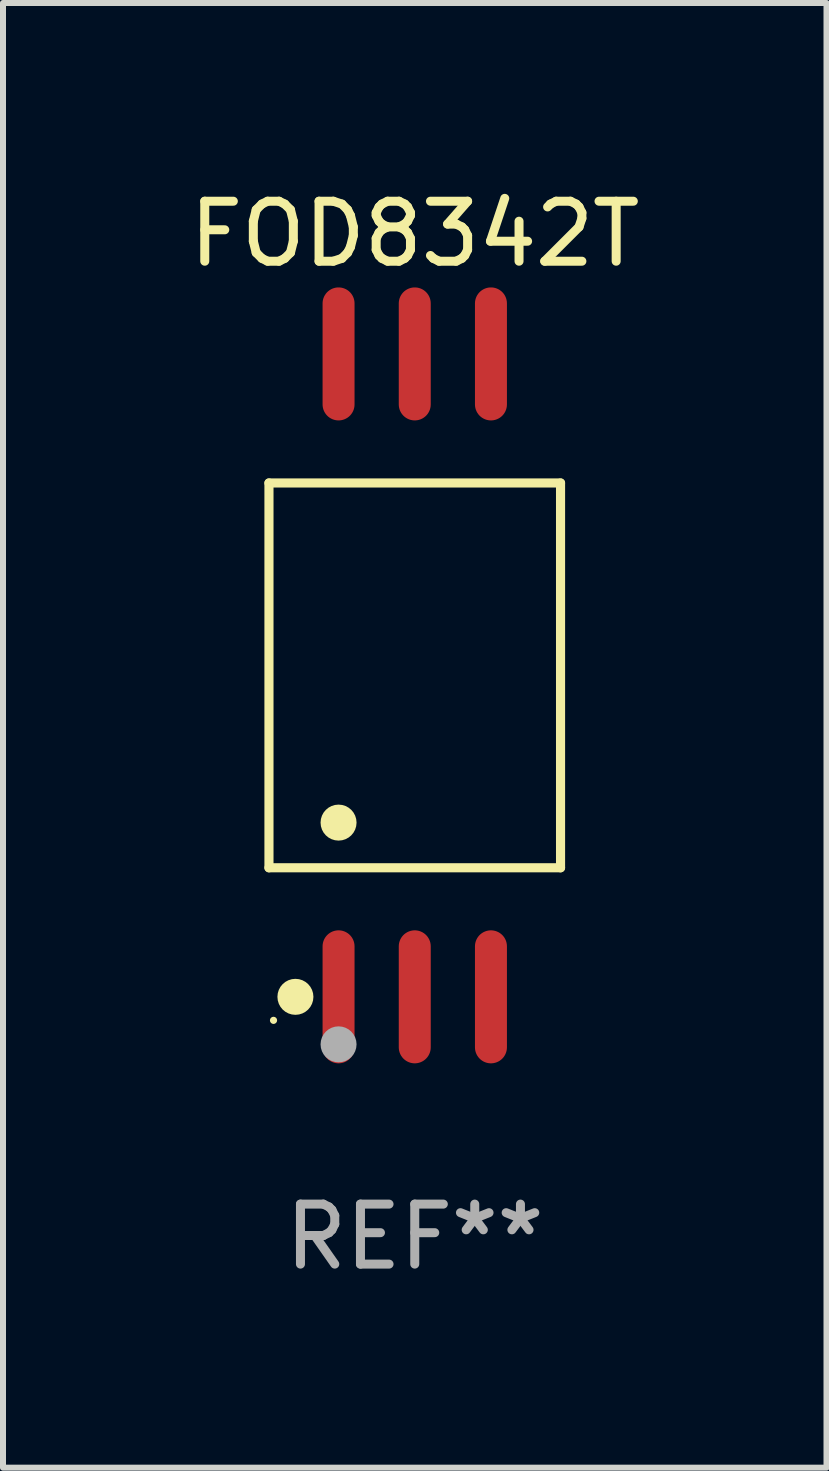
<source format=kicad_pcb>
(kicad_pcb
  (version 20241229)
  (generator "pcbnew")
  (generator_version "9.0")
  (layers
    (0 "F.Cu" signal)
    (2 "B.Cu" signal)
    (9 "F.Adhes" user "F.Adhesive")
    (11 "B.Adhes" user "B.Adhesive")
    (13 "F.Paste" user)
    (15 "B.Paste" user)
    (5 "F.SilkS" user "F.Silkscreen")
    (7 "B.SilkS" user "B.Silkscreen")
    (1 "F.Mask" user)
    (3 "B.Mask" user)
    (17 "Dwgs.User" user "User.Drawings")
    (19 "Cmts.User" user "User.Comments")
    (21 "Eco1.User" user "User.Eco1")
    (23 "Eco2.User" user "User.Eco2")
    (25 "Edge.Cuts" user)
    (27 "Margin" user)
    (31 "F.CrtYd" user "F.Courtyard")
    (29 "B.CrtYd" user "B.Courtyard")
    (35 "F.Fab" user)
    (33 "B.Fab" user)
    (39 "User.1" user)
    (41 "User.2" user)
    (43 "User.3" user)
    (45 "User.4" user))
  (footprint "FOD8342T"
    (layer "F.Cu")
    (at 3.863 8.207)
    (property "Reference" "FOD8342T" (at 0 -7.358 0) (layer "F.SilkS") (effects (font (size 1 1) (thickness 0.15))))
    (attr through_hole)
    (fp_line (start -2.43 -3.207) (end 2.43 -3.207) (stroke (width 0.152) (type solid)) (layer "F.SilkS"))
    (fp_line (start -2.43 3.207) (end -2.43 -3.207) (stroke (width 0.152) (type solid)) (layer "F.SilkS"))
    (fp_line (start 2.43 -3.207) (end 2.43 3.207) (stroke (width 0.152) (type solid)) (layer "F.SilkS"))
    (fp_line (start 2.43 3.207) (end -2.43 3.207) (stroke (width 0.152) (type solid)) (layer "F.SilkS"))
    (fp_circle (center -2.354 5.75) (end -2.324 5.75) (stroke (width 0.06) (type solid)) (fill no) (layer "F.SilkS"))
    (fp_circle (center -1.989 5.358) (end -1.839 5.358) (stroke (width 0.3) (type solid)) (fill no) (layer "F.SilkS"))
    (fp_circle (center -1.27 2.454) (end -1.12 2.454) (stroke (width 0.3) (type solid)) (fill no) (layer "F.SilkS"))
    (fp_circle (center -1.27 6.15) (end -1.12 6.15) (stroke (width 0.3) (type solid)) (fill no) (layer "F.Fab"))
    (fp_text user "REF**" (at 0 9.358 0) (layer "F.Fab") (effects (font (size 1 1) (thickness 0.15))))
    (pad "1" smd oval (at -1.27 5.358) (size 0.533 2.217) (layers "F.Cu" "F.Mask" "F.Paste"))
    (pad "2" smd oval (at 0 5.358) (size 0.533 2.217) (layers "F.Cu" "F.Mask" "F.Paste"))
    (pad "3" smd oval (at 1.27 5.358) (size 0.533 2.217) (layers "F.Cu" "F.Mask" "F.Paste"))
    (pad "4" smd oval (at 1.27 -5.358) (size 0.533 2.217) (layers "F.Cu" "F.Mask" "F.Paste"))
    (pad "5" smd oval (at 0 -5.358) (size 0.533 2.217) (layers "F.Cu" "F.Mask" "F.Paste"))
    (pad "6" smd oval (at -1.27 -5.358) (size 0.533 2.217) (layers "F.Cu" "F.Mask" "F.Paste")))
  (gr_rect
    (start -3 -3)
    (end 10.726 21.413)
    (stroke (width 0.1) (type default))
    (fill no)
    (layer "Edge.Cuts")))
</source>
